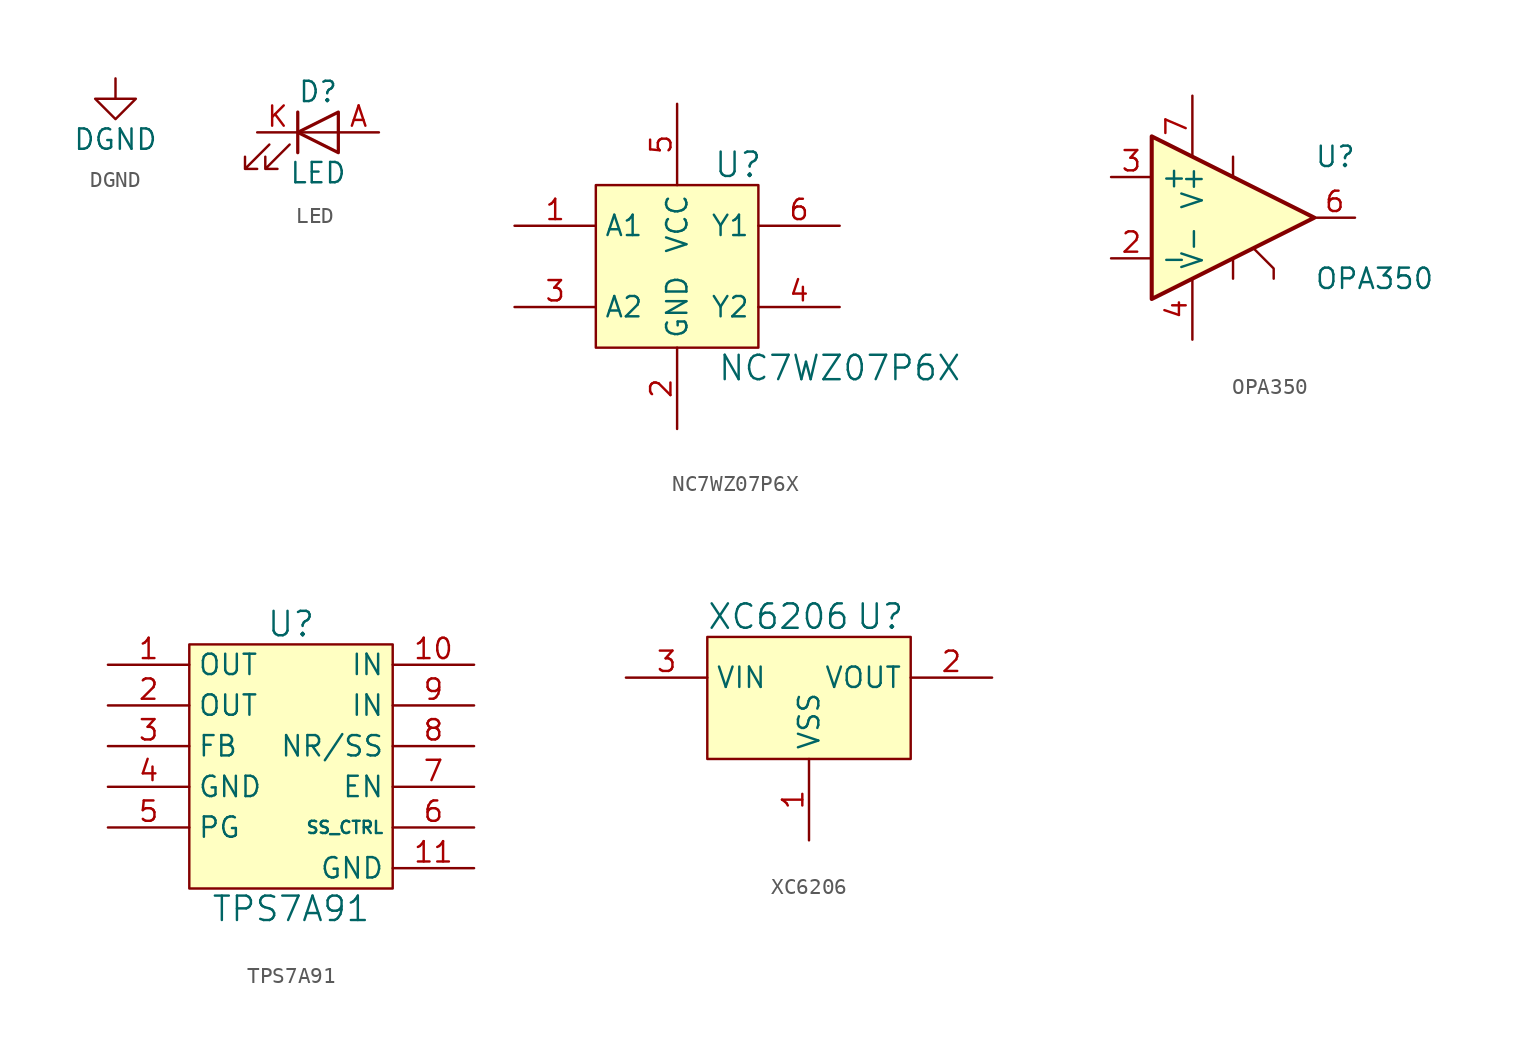
<source format=kicad_sym>
(kicad_symbol_lib
  (version 20241209)
  (generator "kicad_symbol_editor")
  (generator_version "9.0")
  (symbol "DGND"
    (power)
    (pin_names
      (offset 0))
    (property "Reference" "#PWR"
      (at 0 -6.35 0)
      (effects (font (size 1.27 1.27)) (hide yes)))
    (property "Value" "DGND"
      (at 0 -3.81 0)
      (effects (font (size 1.27 1.27))))
    (symbol "DGND_0_1"
      (polyline (pts (xy 0 0) (xy 0 -1.27) (xy 1.27 -1.27) (xy 0 -2.54) (xy -1.27 -1.27) (xy 0 -1.27)) (stroke (width 0) (type default)) (fill (type none))))
    (symbol "DGND_1_1"
      (pin power_in line (at 0 0 270) (length 0) (hide yes) (name "DGND" (effects (font (size 1.27 1.27)))) (number "1" (effects (font (size 1.27 1.27)))))))
  (symbol "LED"
    (pin_names
      (hide yes))
    (property "Reference" "D"
      (at 0 2.54 0)
      (effects (font (size 1.27 1.27))))
    (property "Value" "LED"
      (at 0 -2.54 0)
      (effects (font (size 1.27 1.27))))
    (symbol "LED_0_1"
      (polyline (pts (xy -3.048 -0.762) (xy -4.572 -2.286) (xy -3.81 -2.286) (xy -4.572 -2.286) (xy -4.572 -1.524)) (stroke (width 0) (type default)) (fill (type none)))
      (polyline (pts (xy -1.778 -0.762) (xy -3.302 -2.286) (xy -2.54 -2.286) (xy -3.302 -2.286) (xy -3.302 -1.524)) (stroke (width 0) (type default)) (fill (type none)))
      (polyline (pts (xy -1.27 0) (xy 1.27 0)) (stroke (width 0) (type default)) (fill (type none)))
      (polyline (pts (xy -1.27 -1.27) (xy -1.27 1.27)) (stroke (width 0.203) (type default)) (fill (type none)))
      (polyline (pts (xy 1.27 -1.27) (xy 1.27 1.27) (xy -1.27 0) (xy 1.27 -1.27)) (stroke (width 0.203) (type default)) (fill (type none))))
    (symbol "LED_1_1"
      (pin passive line (at -3.81 0 0) (length 2.54) (name "K" (effects (font (size 1.27 1.27)))) (number "K" (effects (font (size 1.27 1.27)))))
      (pin passive line (at 3.81 0 180) (length 2.54) (name "A" (effects (font (size 1.27 1.27)))) (number "A" (effects (font (size 1.27 1.27)))))))
  (symbol "NC7WZ07P6X"
    (property "Reference" "U"
      (at 3.81 6.35 0)
      (effects (font (size 1.524 1.524))))
    (property "Value" "NC7WZ07P6X"
      (at 10.16 -6.35 0)
      (effects (font (size 1.524 1.524))))
    (symbol "NC7WZ07P6X_0_1"
      (rectangle (start -5.08 5.08) (end 5.08 -5.08) (stroke (width 0) (type default)) (fill (type background))))
    (symbol "NC7WZ07P6X_1_1"
      (pin input line (at -10.16 2.54 0) (length 5.08) (name "A1" (effects (font (size 1.27 1.27)))) (number "1" (effects (font (size 1.27 1.27)))))
      (pin input line (at -10.16 -2.54 0) (length 5.08) (name "A2" (effects (font (size 1.27 1.27)))) (number "3" (effects (font (size 1.27 1.27)))))
      (pin power_in line (at 0 10.16 270) (length 5.08) (name "VCC" (effects (font (size 1.27 1.27)))) (number "5" (effects (font (size 1.27 1.27)))))
      (pin power_in line (at 0 -10.16 90) (length 5.08) (name "GND" (effects (font (size 1.27 1.27)))) (number "2" (effects (font (size 1.27 1.27)))))
      (pin output line (at 10.16 2.54 180) (length 5.08) (name "Y1" (effects (font (size 1.27 1.27)))) (number "6" (effects (font (size 1.27 1.27)))))
      (pin output line (at 10.16 -2.54 180) (length 5.08) (name "Y2" (effects (font (size 1.27 1.27)))) (number "4" (effects (font (size 1.27 1.27)))))))
  (symbol "OPA350"
    (property "Reference" "U"
      (at 5.08 3.81 0)
      (effects (font (size 1.27 1.27)) (justify left)))
    (property "Value" "OPA350"
      (at 5.08 -3.81 0)
      (effects (font (size 1.27 1.27)) (justify left)))
    (property "Footprint" ""
      (at 0 0 0)
      (effects (font (size 1.27 1.27))))
    (property "Datasheet" ""
      (at 0 0 0)
      (effects (font (size 1.27 1.27))))
    (symbol "OPA350_0_1"
      (polyline (pts (xy 0 3.81) (xy 0 2.54)) (stroke (width 0.152) (type default)) (fill (type none)))
      (polyline (pts (xy 0 -3.81) (xy 0 -2.54)) (stroke (width 0.152) (type default)) (fill (type none)))
      (polyline (pts (xy 1.27 -1.905) (xy 2.54 -3.175) (xy 2.54 -3.81)) (stroke (width 0.152) (type default)) (fill (type none)))
      (polyline (pts (xy 5.08 0) (xy -5.08 5.08) (xy -5.08 -5.08) (xy 5.08 0)) (stroke (width 0.254) (type default)) (fill (type background))))
    (symbol "OPA350_1_1"
      (pin input line (at -7.62 2.54 0) (length 2.54) (name "+" (effects (font (size 1.27 1.27)))) (number "3" (effects (font (size 1.27 1.27)))))
      (pin input line (at -7.62 -2.54 0) (length 2.54) (name "-" (effects (font (size 1.27 1.27)))) (number "2" (effects (font (size 1.27 1.27)))))
      (pin power_in line (at -2.54 7.62 270) (length 3.81) (name "V+" (effects (font (size 1.27 1.27)))) (number "7" (effects (font (size 1.27 1.27)))))
      (pin power_in line (at -2.54 -7.62 90) (length 3.81) (name "V-" (effects (font (size 1.27 1.27)))) (number "4" (effects (font (size 1.27 1.27)))))
      (pin no_connect line (at 0 7.62 270) (length 3.81) (hide yes) (name "NC" (effects (font (size 1.27 1.27)))) (number "5" (effects (font (size 1.27 1.27)))))
      (pin no_connect line (at 0 -7.62 90) (length 3.81) (hide yes) (name "NC" (effects (font (size 1.27 1.27)))) (number "1" (effects (font (size 1.27 1.27)))))
      (pin no_connect line (at 2.54 -7.62 90) (length 3.81) (hide yes) (name "NC" (effects (font (size 1.27 1.27)))) (number "8" (effects (font (size 1.27 1.27)))))
      (pin output line (at 7.62 0 180) (length 2.54) (name "~" (effects (font (size 1.27 1.27)))) (number "6" (effects (font (size 1.27 1.27)))))))
  (symbol "TPS7A91"
    (property "Reference" "U"
      (at 0 11.43 0)
      (effects (font (size 1.524 1.524))))
    (property "Value" "TPS7A91"
      (at 0 -6.35 0)
      (effects (font (size 1.524 1.524))))
    (property "Footprint" ""
      (at 0 1.27 0)
      (effects (font (size 1.524 1.524))))
    (property "Datasheet" ""
      (at 0 1.27 0)
      (effects (font (size 1.524 1.524))))
    (symbol "TPS7A91_0_1"
      (rectangle (start -6.35 10.16) (end 6.35 -5.08) (stroke (width 0) (type default)) (fill (type background))))
    (symbol "TPS7A91_1_1"
      (pin power_out line (at -11.43 8.89 0) (length 5.08) (name "OUT" (effects (font (size 1.27 1.27)))) (number "1" (effects (font (size 1.27 1.27)))))
      (pin passive line (at -11.43 6.35 0) (length 5.08) (name "OUT" (effects (font (size 1.27 1.27)))) (number "2" (effects (font (size 1.27 1.27)))))
      (pin input line (at -11.43 3.81 0) (length 5.08) (name "FB" (effects (font (size 1.27 1.27)))) (number "3" (effects (font (size 1.27 1.27)))))
      (pin power_in line (at -11.43 1.27 0) (length 5.08) (name "GND" (effects (font (size 1.27 1.27)))) (number "4" (effects (font (size 1.27 1.27)))))
      (pin open_collector line (at -11.43 -1.27 0) (length 5.08) (name "PG" (effects (font (size 1.27 1.27)))) (number "5" (effects (font (size 1.27 1.27)))))
      (pin input line (at 11.43 8.89 180) (length 5.08) (name "IN" (effects (font (size 1.27 1.27)))) (number "10" (effects (font (size 1.27 1.27)))))
      (pin input line (at 11.43 6.35 180) (length 5.08) (name "IN" (effects (font (size 1.27 1.27)))) (number "9" (effects (font (size 1.27 1.27)))))
      (pin output line (at 11.43 3.81 180) (length 5.08) (name "NR/SS" (effects (font (size 1.27 1.27)))) (number "8" (effects (font (size 1.27 1.27)))))
      (pin input line (at 11.43 1.27 180) (length 5.08) (name "EN" (effects (font (size 1.27 1.27)))) (number "7" (effects (font (size 1.27 1.27)))))
      (pin input line (at 11.43 -1.27 180) (length 5.08) (name "SS_CTRL" (effects (font (size 0.762 0.762)))) (number "6" (effects (font (size 1.27 1.27)))))
      (pin power_in line (at 11.43 -3.81 180) (length 5.08) (name "GND" (effects (font (size 1.27 1.27)))) (number "11" (effects (font (size 1.27 1.27)))))))
  (symbol "XC6206"
    (property "Reference" "U"
      (at 4.445 5.08 0)
      (effects (font (size 1.524 1.524))))
    (property "Value" "XC6206"
      (at -1.905 5.08 0)
      (effects (font (size 1.524 1.524))))
    (symbol "XC6206_0_1"
      (rectangle (start -6.35 3.81) (end 6.35 -3.81) (stroke (width 0) (type default)) (fill (type background))))
    (symbol "XC6206_1_1"
      (pin input line (at -11.43 1.27 0) (length 5.08) (name "VIN" (effects (font (size 1.27 1.27)))) (number "3" (effects (font (size 1.27 1.27)))))
      (pin input line (at 0 -8.89 90) (length 5.08) (name "VSS" (effects (font (size 1.27 1.27)))) (number "1" (effects (font (size 1.27 1.27)))))
      (pin power_out line (at 11.43 1.27 180) (length 5.08) (name "VOUT" (effects (font (size 1.27 1.27)))) (number "2" (effects (font (size 1.27 1.27))))))))
</source>
